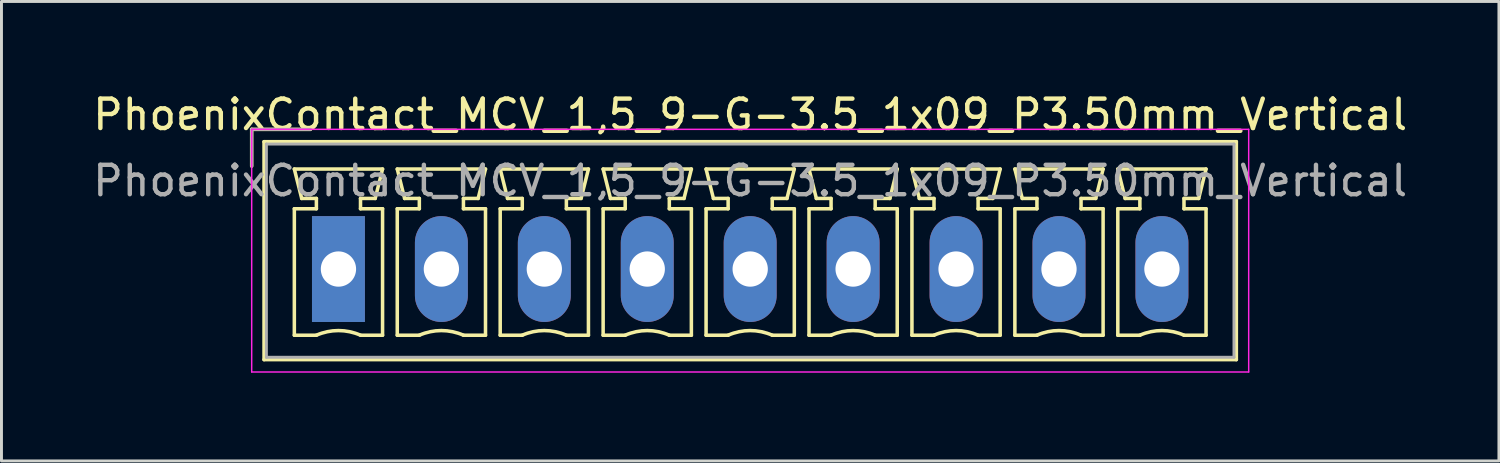
<source format=kicad_pcb>
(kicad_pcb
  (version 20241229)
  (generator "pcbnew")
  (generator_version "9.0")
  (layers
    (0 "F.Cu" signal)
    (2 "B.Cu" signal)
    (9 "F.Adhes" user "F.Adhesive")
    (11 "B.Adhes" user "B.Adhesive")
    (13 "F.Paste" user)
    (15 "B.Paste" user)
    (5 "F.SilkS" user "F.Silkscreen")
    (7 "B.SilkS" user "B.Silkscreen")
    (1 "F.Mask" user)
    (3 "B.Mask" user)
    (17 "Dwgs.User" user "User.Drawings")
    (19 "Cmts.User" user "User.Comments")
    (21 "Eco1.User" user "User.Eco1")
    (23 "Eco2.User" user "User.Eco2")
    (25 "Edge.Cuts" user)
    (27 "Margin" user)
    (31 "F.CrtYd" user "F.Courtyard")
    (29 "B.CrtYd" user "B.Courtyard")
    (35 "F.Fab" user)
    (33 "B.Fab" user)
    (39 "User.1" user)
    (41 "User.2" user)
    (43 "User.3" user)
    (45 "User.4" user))
  (footprint "PhoenixContact_MCV_1,5_9-G-3.5_1x09_P3.50mm_Vertical"
    (layer "F.Cu")
    (at 8.458 6.098)
    (property "Reference" "PhoenixContact_MCV_1,5_9-G-3.5_1x09_P3.50mm_Vertical" (at 14 -5.25 0) (layer "F.SilkS") (effects (font (size 1 1) (thickness 0.15))))
    (attr through_hole)
    (fp_line (start -2.95 -4.75) (end -0.95 -4.75) (stroke (width 0.12) (type solid)) (layer "F.SilkS"))
    (fp_line (start -2.95 -3.5) (end -2.95 -4.75) (stroke (width 0.12) (type solid)) (layer "F.SilkS"))
    (fp_line (start -2.53 -4.33) (end -2.53 3.08) (stroke (width 0.12) (type solid)) (layer "F.SilkS"))
    (fp_line (start -2.53 3.08) (end 30.53 3.08) (stroke (width 0.12) (type solid)) (layer "F.SilkS"))
    (fp_line (start -1.5 -3.4) (end 1.5 -3.4) (stroke (width 0.12) (type solid)) (layer "F.SilkS"))
    (fp_line (start -1.5 -2.05) (end -0.75 -2.05) (stroke (width 0.12) (type solid)) (layer "F.SilkS"))
    (fp_line (start -1.5 2.25) (end -1.5 -2.05) (stroke (width 0.12) (type solid)) (layer "F.SilkS"))
    (fp_line (start -1.25 -2.4) (end -1.5 -3.4) (stroke (width 0.12) (type solid)) (layer "F.SilkS"))
    (fp_line (start -0.75 -2.4) (end -1.25 -2.4) (stroke (width 0.12) (type solid)) (layer "F.SilkS"))
    (fp_line (start -0.75 -2.05) (end -0.75 -2.4) (stroke (width 0.12) (type solid)) (layer "F.SilkS"))
    (fp_line (start -0.75 2.25) (end -1.5 2.25) (stroke (width 0.12) (type solid)) (layer "F.SilkS"))
    (fp_line (start 0.75 -2.4) (end 0.75 -2.05) (stroke (width 0.12) (type solid)) (layer "F.SilkS"))
    (fp_line (start 0.75 -2.05) (end 1.5 -2.05) (stroke (width 0.12) (type solid)) (layer "F.SilkS"))
    (fp_line (start 1.25 -2.4) (end 0.75 -2.4) (stroke (width 0.12) (type solid)) (layer "F.SilkS"))
    (fp_line (start 1.5 -3.4) (end 1.25 -2.4) (stroke (width 0.12) (type solid)) (layer "F.SilkS"))
    (fp_line (start 1.5 -2.05) (end 1.5 2.25) (stroke (width 0.12) (type solid)) (layer "F.SilkS"))
    (fp_line (start 1.5 2.25) (end 0.75 2.25) (stroke (width 0.12) (type solid)) (layer "F.SilkS"))
    (fp_line (start 2 -3.4) (end 5 -3.4) (stroke (width 0.12) (type solid)) (layer "F.SilkS"))
    (fp_line (start 2 -2.05) (end 2.75 -2.05) (stroke (width 0.12) (type solid)) (layer "F.SilkS"))
    (fp_line (start 2 2.25) (end 2 -2.05) (stroke (width 0.12) (type solid)) (layer "F.SilkS"))
    (fp_line (start 2.25 -2.4) (end 2 -3.4) (stroke (width 0.12) (type solid)) (layer "F.SilkS"))
    (fp_line (start 2.75 -2.4) (end 2.25 -2.4) (stroke (width 0.12) (type solid)) (layer "F.SilkS"))
    (fp_line (start 2.75 -2.05) (end 2.75 -2.4) (stroke (width 0.12) (type solid)) (layer "F.SilkS"))
    (fp_line (start 2.75 2.25) (end 2 2.25) (stroke (width 0.12) (type solid)) (layer "F.SilkS"))
    (fp_line (start 4.25 -2.4) (end 4.25 -2.05) (stroke (width 0.12) (type solid)) (layer "F.SilkS"))
    (fp_line (start 4.25 -2.05) (end 5 -2.05) (stroke (width 0.12) (type solid)) (layer "F.SilkS"))
    (fp_line (start 4.75 -2.4) (end 4.25 -2.4) (stroke (width 0.12) (type solid)) (layer "F.SilkS"))
    (fp_line (start 5 -3.4) (end 4.75 -2.4) (stroke (width 0.12) (type solid)) (layer "F.SilkS"))
    (fp_line (start 5 -2.05) (end 5 2.25) (stroke (width 0.12) (type solid)) (layer "F.SilkS"))
    (fp_line (start 5 2.25) (end 4.25 2.25) (stroke (width 0.12) (type solid)) (layer "F.SilkS"))
    (fp_line (start 5.5 -3.4) (end 8.5 -3.4) (stroke (width 0.12) (type solid)) (layer "F.SilkS"))
    (fp_line (start 5.5 -2.05) (end 6.25 -2.05) (stroke (width 0.12) (type solid)) (layer "F.SilkS"))
    (fp_line (start 5.5 2.25) (end 5.5 -2.05) (stroke (width 0.12) (type solid)) (layer "F.SilkS"))
    (fp_line (start 5.75 -2.4) (end 5.5 -3.4) (stroke (width 0.12) (type solid)) (layer "F.SilkS"))
    (fp_line (start 6.25 -2.4) (end 5.75 -2.4) (stroke (width 0.12) (type solid)) (layer "F.SilkS"))
    (fp_line (start 6.25 -2.05) (end 6.25 -2.4) (stroke (width 0.12) (type solid)) (layer "F.SilkS"))
    (fp_line (start 6.25 2.25) (end 5.5 2.25) (stroke (width 0.12) (type solid)) (layer "F.SilkS"))
    (fp_line (start 7.75 -2.4) (end 7.75 -2.05) (stroke (width 0.12) (type solid)) (layer "F.SilkS"))
    (fp_line (start 7.75 -2.05) (end 8.5 -2.05) (stroke (width 0.12) (type solid)) (layer "F.SilkS"))
    (fp_line (start 8.25 -2.4) (end 7.75 -2.4) (stroke (width 0.12) (type solid)) (layer "F.SilkS"))
    (fp_line (start 8.5 -3.4) (end 8.25 -2.4) (stroke (width 0.12) (type solid)) (layer "F.SilkS"))
    (fp_line (start 8.5 -2.05) (end 8.5 2.25) (stroke (width 0.12) (type solid)) (layer "F.SilkS"))
    (fp_line (start 8.5 2.25) (end 7.75 2.25) (stroke (width 0.12) (type solid)) (layer "F.SilkS"))
    (fp_line (start 9 -3.4) (end 12 -3.4) (stroke (width 0.12) (type solid)) (layer "F.SilkS"))
    (fp_line (start 9 -2.05) (end 9.75 -2.05) (stroke (width 0.12) (type solid)) (layer "F.SilkS"))
    (fp_line (start 9 2.25) (end 9 -2.05) (stroke (width 0.12) (type solid)) (layer "F.SilkS"))
    (fp_line (start 9.25 -2.4) (end 9 -3.4) (stroke (width 0.12) (type solid)) (layer "F.SilkS"))
    (fp_line (start 9.75 -2.4) (end 9.25 -2.4) (stroke (width 0.12) (type solid)) (layer "F.SilkS"))
    (fp_line (start 9.75 -2.05) (end 9.75 -2.4) (stroke (width 0.12) (type solid)) (layer "F.SilkS"))
    (fp_line (start 9.75 2.25) (end 9 2.25) (stroke (width 0.12) (type solid)) (layer "F.SilkS"))
    (fp_line (start 11.25 -2.4) (end 11.25 -2.05) (stroke (width 0.12) (type solid)) (layer "F.SilkS"))
    (fp_line (start 11.25 -2.05) (end 12 -2.05) (stroke (width 0.12) (type solid)) (layer "F.SilkS"))
    (fp_line (start 11.75 -2.4) (end 11.25 -2.4) (stroke (width 0.12) (type solid)) (layer "F.SilkS"))
    (fp_line (start 12 -3.4) (end 11.75 -2.4) (stroke (width 0.12) (type solid)) (layer "F.SilkS"))
    (fp_line (start 12 -2.05) (end 12 2.25) (stroke (width 0.12) (type solid)) (layer "F.SilkS"))
    (fp_line (start 12 2.25) (end 11.25 2.25) (stroke (width 0.12) (type solid)) (layer "F.SilkS"))
    (fp_line (start 12.5 -3.4) (end 15.5 -3.4) (stroke (width 0.12) (type solid)) (layer "F.SilkS"))
    (fp_line (start 12.5 -2.05) (end 13.25 -2.05) (stroke (width 0.12) (type solid)) (layer "F.SilkS"))
    (fp_line (start 12.5 2.25) (end 12.5 -2.05) (stroke (width 0.12) (type solid)) (layer "F.SilkS"))
    (fp_line (start 12.75 -2.4) (end 12.5 -3.4) (stroke (width 0.12) (type solid)) (layer "F.SilkS"))
    (fp_line (start 13.25 -2.4) (end 12.75 -2.4) (stroke (width 0.12) (type solid)) (layer "F.SilkS"))
    (fp_line (start 13.25 -2.05) (end 13.25 -2.4) (stroke (width 0.12) (type solid)) (layer "F.SilkS"))
    (fp_line (start 13.25 2.25) (end 12.5 2.25) (stroke (width 0.12) (type solid)) (layer "F.SilkS"))
    (fp_line (start 14.75 -2.4) (end 14.75 -2.05) (stroke (width 0.12) (type solid)) (layer "F.SilkS"))
    (fp_line (start 14.75 -2.05) (end 15.5 -2.05) (stroke (width 0.12) (type solid)) (layer "F.SilkS"))
    (fp_line (start 15.25 -2.4) (end 14.75 -2.4) (stroke (width 0.12) (type solid)) (layer "F.SilkS"))
    (fp_line (start 15.5 -3.4) (end 15.25 -2.4) (stroke (width 0.12) (type solid)) (layer "F.SilkS"))
    (fp_line (start 15.5 -2.05) (end 15.5 2.25) (stroke (width 0.12) (type solid)) (layer "F.SilkS"))
    (fp_line (start 15.5 2.25) (end 14.75 2.25) (stroke (width 0.12) (type solid)) (layer "F.SilkS"))
    (fp_line (start 16 -3.4) (end 19 -3.4) (stroke (width 0.12) (type solid)) (layer "F.SilkS"))
    (fp_line (start 16 -2.05) (end 16.75 -2.05) (stroke (width 0.12) (type solid)) (layer "F.SilkS"))
    (fp_line (start 16 2.25) (end 16 -2.05) (stroke (width 0.12) (type solid)) (layer "F.SilkS"))
    (fp_line (start 16.25 -2.4) (end 16 -3.4) (stroke (width 0.12) (type solid)) (layer "F.SilkS"))
    (fp_line (start 16.75 -2.4) (end 16.25 -2.4) (stroke (width 0.12) (type solid)) (layer "F.SilkS"))
    (fp_line (start 16.75 -2.05) (end 16.75 -2.4) (stroke (width 0.12) (type solid)) (layer "F.SilkS"))
    (fp_line (start 16.75 2.25) (end 16 2.25) (stroke (width 0.12) (type solid)) (layer "F.SilkS"))
    (fp_line (start 18.25 -2.4) (end 18.25 -2.05) (stroke (width 0.12) (type solid)) (layer "F.SilkS"))
    (fp_line (start 18.25 -2.05) (end 19 -2.05) (stroke (width 0.12) (type solid)) (layer "F.SilkS"))
    (fp_line (start 18.75 -2.4) (end 18.25 -2.4) (stroke (width 0.12) (type solid)) (layer "F.SilkS"))
    (fp_line (start 19 -3.4) (end 18.75 -2.4) (stroke (width 0.12) (type solid)) (layer "F.SilkS"))
    (fp_line (start 19 -2.05) (end 19 2.25) (stroke (width 0.12) (type solid)) (layer "F.SilkS"))
    (fp_line (start 19 2.25) (end 18.25 2.25) (stroke (width 0.12) (type solid)) (layer "F.SilkS"))
    (fp_line (start 19.5 -3.4) (end 22.5 -3.4) (stroke (width 0.12) (type solid)) (layer "F.SilkS"))
    (fp_line (start 19.5 -2.05) (end 20.25 -2.05) (stroke (width 0.12) (type solid)) (layer "F.SilkS"))
    (fp_line (start 19.5 2.25) (end 19.5 -2.05) (stroke (width 0.12) (type solid)) (layer "F.SilkS"))
    (fp_line (start 19.75 -2.4) (end 19.5 -3.4) (stroke (width 0.12) (type solid)) (layer "F.SilkS"))
    (fp_line (start 20.25 -2.4) (end 19.75 -2.4) (stroke (width 0.12) (type solid)) (layer "F.SilkS"))
    (fp_line (start 20.25 -2.05) (end 20.25 -2.4) (stroke (width 0.12) (type solid)) (layer "F.SilkS"))
    (fp_line (start 20.25 2.25) (end 19.5 2.25) (stroke (width 0.12) (type solid)) (layer "F.SilkS"))
    (fp_line (start 21.75 -2.4) (end 21.75 -2.05) (stroke (width 0.12) (type solid)) (layer "F.SilkS"))
    (fp_line (start 21.75 -2.05) (end 22.5 -2.05) (stroke (width 0.12) (type solid)) (layer "F.SilkS"))
    (fp_line (start 22.25 -2.4) (end 21.75 -2.4) (stroke (width 0.12) (type solid)) (layer "F.SilkS"))
    (fp_line (start 22.5 -3.4) (end 22.25 -2.4) (stroke (width 0.12) (type solid)) (layer "F.SilkS"))
    (fp_line (start 22.5 -2.05) (end 22.5 2.25) (stroke (width 0.12) (type solid)) (layer "F.SilkS"))
    (fp_line (start 22.5 2.25) (end 21.75 2.25) (stroke (width 0.12) (type solid)) (layer "F.SilkS"))
    (fp_line (start 23 -3.4) (end 26 -3.4) (stroke (width 0.12) (type solid)) (layer "F.SilkS"))
    (fp_line (start 23 -2.05) (end 23.75 -2.05) (stroke (width 0.12) (type solid)) (layer "F.SilkS"))
    (fp_line (start 23 2.25) (end 23 -2.05) (stroke (width 0.12) (type solid)) (layer "F.SilkS"))
    (fp_line (start 23.25 -2.4) (end 23 -3.4) (stroke (width 0.12) (type solid)) (layer "F.SilkS"))
    (fp_line (start 23.75 -2.4) (end 23.25 -2.4) (stroke (width 0.12) (type solid)) (layer "F.SilkS"))
    (fp_line (start 23.75 -2.05) (end 23.75 -2.4) (stroke (width 0.12) (type solid)) (layer "F.SilkS"))
    (fp_line (start 23.75 2.25) (end 23 2.25) (stroke (width 0.12) (type solid)) (layer "F.SilkS"))
    (fp_line (start 25.25 -2.4) (end 25.25 -2.05) (stroke (width 0.12) (type solid)) (layer "F.SilkS"))
    (fp_line (start 25.25 -2.05) (end 26 -2.05) (stroke (width 0.12) (type solid)) (layer "F.SilkS"))
    (fp_line (start 25.75 -2.4) (end 25.25 -2.4) (stroke (width 0.12) (type solid)) (layer "F.SilkS"))
    (fp_line (start 26 -3.4) (end 25.75 -2.4) (stroke (width 0.12) (type solid)) (layer "F.SilkS"))
    (fp_line (start 26 -2.05) (end 26 2.25) (stroke (width 0.12) (type solid)) (layer "F.SilkS"))
    (fp_line (start 26 2.25) (end 25.25 2.25) (stroke (width 0.12) (type solid)) (layer "F.SilkS"))
    (fp_line (start 26.5 -3.4) (end 29.5 -3.4) (stroke (width 0.12) (type solid)) (layer "F.SilkS"))
    (fp_line (start 26.5 -2.05) (end 27.25 -2.05) (stroke (width 0.12) (type solid)) (layer "F.SilkS"))
    (fp_line (start 26.5 2.25) (end 26.5 -2.05) (stroke (width 0.12) (type solid)) (layer "F.SilkS"))
    (fp_line (start 26.75 -2.4) (end 26.5 -3.4) (stroke (width 0.12) (type solid)) (layer "F.SilkS"))
    (fp_line (start 27.25 -2.4) (end 26.75 -2.4) (stroke (width 0.12) (type solid)) (layer "F.SilkS"))
    (fp_line (start 27.25 -2.05) (end 27.25 -2.4) (stroke (width 0.12) (type solid)) (layer "F.SilkS"))
    (fp_line (start 27.25 2.25) (end 26.5 2.25) (stroke (width 0.12) (type solid)) (layer "F.SilkS"))
    (fp_line (start 28.75 -2.4) (end 28.75 -2.05) (stroke (width 0.12) (type solid)) (layer "F.SilkS"))
    (fp_line (start 28.75 -2.05) (end 29.5 -2.05) (stroke (width 0.12) (type solid)) (layer "F.SilkS"))
    (fp_line (start 29.25 -2.4) (end 28.75 -2.4) (stroke (width 0.12) (type solid)) (layer "F.SilkS"))
    (fp_line (start 29.5 -3.4) (end 29.25 -2.4) (stroke (width 0.12) (type solid)) (layer "F.SilkS"))
    (fp_line (start 29.5 -2.05) (end 29.5 2.25) (stroke (width 0.12) (type solid)) (layer "F.SilkS"))
    (fp_line (start 29.5 2.25) (end 28.75 2.25) (stroke (width 0.12) (type solid)) (layer "F.SilkS"))
    (fp_line (start 30.53 -4.33) (end -2.53 -4.33) (stroke (width 0.12) (type solid)) (layer "F.SilkS"))
    (fp_line (start 30.53 3.08) (end 30.53 -4.33) (stroke (width 0.12) (type solid)) (layer "F.SilkS"))
    (fp_arc (start -0.75 2.25) (mid -0.000193 2.09191) (end 0.749647 2.249844) (stroke (width 0.12) (type solid)) (layer "F.SilkS"))
    (fp_arc (start 2.75 2.25) (mid 3.499807 2.09191) (end 4.249647 2.249844) (stroke (width 0.12) (type solid)) (layer "F.SilkS"))
    (fp_arc (start 6.25 2.25) (mid 6.999807 2.09191) (end 7.749647 2.249844) (stroke (width 0.12) (type solid)) (layer "F.SilkS"))
    (fp_arc (start 9.75 2.25) (mid 10.499807 2.09191) (end 11.249647 2.249844) (stroke (width 0.12) (type solid)) (layer "F.SilkS"))
    (fp_arc (start 13.25 2.25) (mid 13.999807 2.09191) (end 14.749647 2.249844) (stroke (width 0.12) (type solid)) (layer "F.SilkS"))
    (fp_arc (start 16.75 2.25) (mid 17.499807 2.09191) (end 18.249647 2.249844) (stroke (width 0.12) (type solid)) (layer "F.SilkS"))
    (fp_arc (start 20.25 2.25) (mid 20.999807 2.09191) (end 21.749647 2.249844) (stroke (width 0.12) (type solid)) (layer "F.SilkS"))
    (fp_arc (start 23.75 2.25) (mid 24.499807 2.09191) (end 25.249647 2.249844) (stroke (width 0.12) (type solid)) (layer "F.SilkS"))
    (fp_arc (start 27.25 2.25) (mid 27.999807 2.09191) (end 28.749647 2.249844) (stroke (width 0.12) (type solid)) (layer "F.SilkS"))
    (fp_line (start -2.95 -4.75) (end -2.95 3.5) (stroke (width 0.05) (type solid)) (layer "F.CrtYd"))
    (fp_line (start -2.95 3.5) (end 30.95 3.5) (stroke (width 0.05) (type solid)) (layer "F.CrtYd"))
    (fp_line (start 30.95 -4.75) (end -2.95 -4.75) (stroke (width 0.05) (type solid)) (layer "F.CrtYd"))
    (fp_line (start 30.95 3.5) (end 30.95 -4.75) (stroke (width 0.05) (type solid)) (layer "F.CrtYd"))
    (fp_line (start -2.95 -4.75) (end -0.95 -4.75) (stroke (width 0.1) (type solid)) (layer "F.Fab"))
    (fp_line (start -2.95 -3.5) (end -2.95 -4.75) (stroke (width 0.1) (type solid)) (layer "F.Fab"))
    (fp_line (start -2.45 -4.25) (end -2.45 3) (stroke (width 0.1) (type solid)) (layer "F.Fab"))
    (fp_line (start -2.45 3) (end 30.45 3) (stroke (width 0.1) (type solid)) (layer "F.Fab"))
    (fp_line (start 30.45 -4.25) (end -2.45 -4.25) (stroke (width 0.1) (type solid)) (layer "F.Fab"))
    (fp_line (start 30.45 3) (end 30.45 -4.25) (stroke (width 0.1) (type solid)) (layer "F.Fab"))
    (fp_text user "${REFERENCE}" (at 14 -3 0) (layer "F.Fab") (effects (font (size 1 1) (thickness 0.15))))
    (pad "1" thru_hole rect (at 0 0) (size 1.8 3.6) (drill 1.2) (layers "*.Cu" "*.Mask"))
    (pad "2" thru_hole oval (at 3.5 0) (size 1.8 3.6) (drill 1.2) (layers "*.Cu" "*.Mask"))
    (pad "3" thru_hole oval (at 7 0) (size 1.8 3.6) (drill 1.2) (layers "*.Cu" "*.Mask"))
    (pad "4" thru_hole oval (at 10.5 0) (size 1.8 3.6) (drill 1.2) (layers "*.Cu" "*.Mask"))
    (pad "5" thru_hole oval (at 14 0) (size 1.8 3.6) (drill 1.2) (layers "*.Cu" "*.Mask"))
    (pad "6" thru_hole oval (at 17.5 0) (size 1.8 3.6) (drill 1.2) (layers "*.Cu" "*.Mask"))
    (pad "7" thru_hole oval (at 21 0) (size 1.8 3.6) (drill 1.2) (layers "*.Cu" "*.Mask"))
    (pad "8" thru_hole oval (at 24.5 0) (size 1.8 3.6) (drill 1.2) (layers "*.Cu" "*.Mask"))
    (pad "9" thru_hole oval (at 28 0) (size 1.8 3.6) (drill 1.2) (layers "*.Cu" "*.Mask")))
  (gr_rect
    (start -3 -3)
    (end 47.917 12.623)
    (stroke (width 0.1) (type default))
    (fill no)
    (layer "Edge.Cuts")))
</source>
